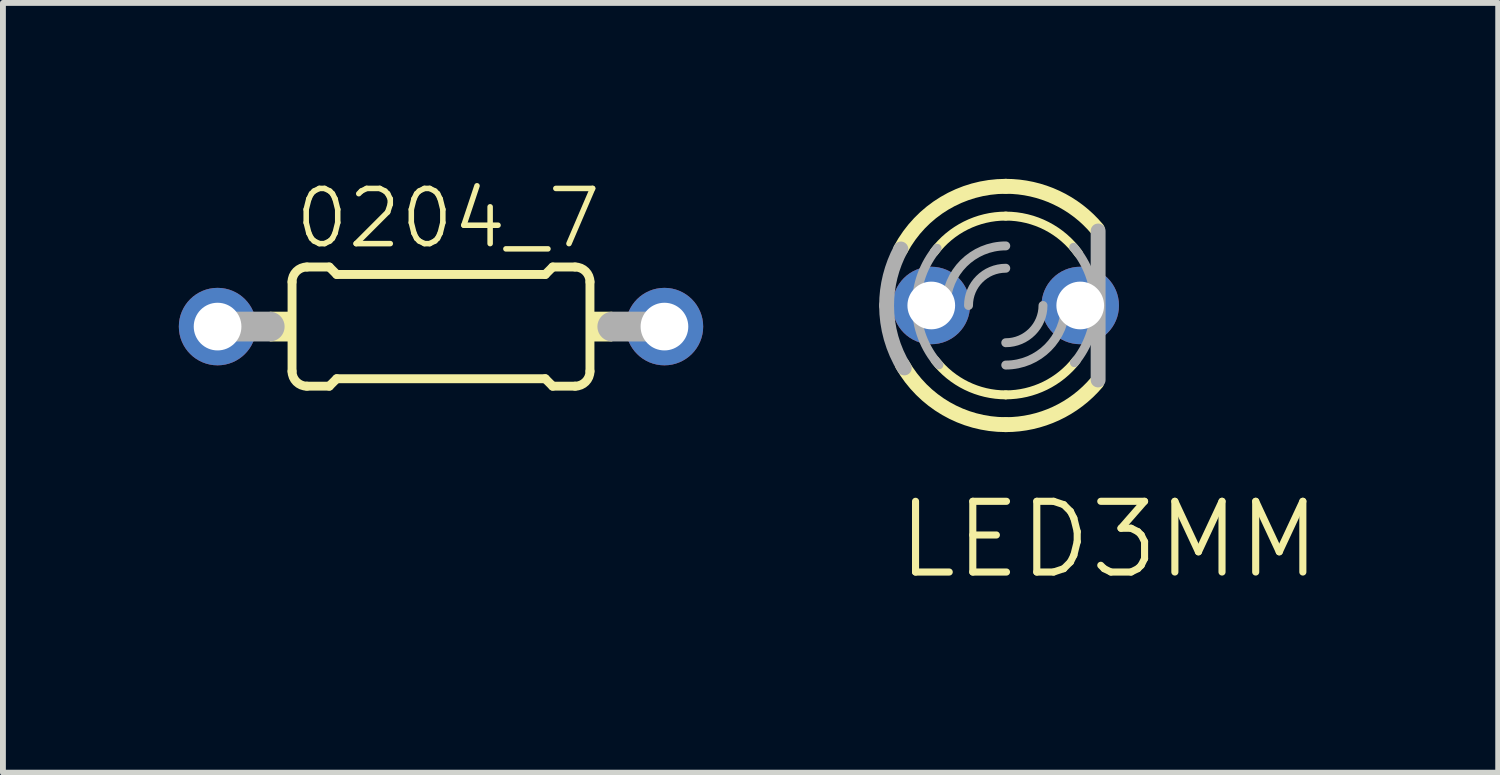
<source format=kicad_pcb>
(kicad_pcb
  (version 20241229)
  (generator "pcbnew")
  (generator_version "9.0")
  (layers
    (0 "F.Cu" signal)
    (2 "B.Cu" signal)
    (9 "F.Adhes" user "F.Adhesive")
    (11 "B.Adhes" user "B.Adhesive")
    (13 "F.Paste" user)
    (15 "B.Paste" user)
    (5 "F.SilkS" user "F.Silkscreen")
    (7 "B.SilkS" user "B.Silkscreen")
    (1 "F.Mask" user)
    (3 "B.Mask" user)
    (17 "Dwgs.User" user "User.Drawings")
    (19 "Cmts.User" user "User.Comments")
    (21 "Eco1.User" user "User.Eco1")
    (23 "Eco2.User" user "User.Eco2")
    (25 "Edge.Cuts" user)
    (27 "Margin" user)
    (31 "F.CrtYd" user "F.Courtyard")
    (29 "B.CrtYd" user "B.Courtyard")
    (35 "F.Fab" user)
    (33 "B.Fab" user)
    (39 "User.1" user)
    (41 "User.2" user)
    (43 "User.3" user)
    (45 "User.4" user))
  (footprint "LED3MM"
    (layer "F.Cu")
    (at 14.1 2.159)
    (property "Reference" "LED3MM" (at -1.905 4.699 0) (layer "F.SilkS") (effects (font (size 1.206 1.206) (thickness 0.121)) (justify left bottom)))
    (attr through_hole)
    (fp_arc (start -1.7929 -0.9562) (mid -1.045438 -1.7424) (end 0 -2.032) (stroke (width 0.254) (type solid)) (layer "F.SilkS"))
    (fp_arc (start -1.2192 -0.9144) (mid -0.681554 -1.363107) (end 0 -1.524) (stroke (width 0.1524) (type solid)) (layer "F.SilkS"))
    (fp_arc (start 0 -2.032) (mid 0.861864 -1.840173) (end 1.561 -1.3009) (stroke (width 0.254) (type solid)) (layer "F.SilkS"))
    (fp_arc (start 0 -1.524) (mid 0.697339 -1.355082) (end 1.2401 -0.885801) (stroke (width 0.1524) (type solid)) (layer "F.SilkS"))
    (fp_arc (start 0 1.524) (mid -0.669593 1.369018) (end -1.203 0.9356) (stroke (width 0.1524) (type solid)) (layer "F.SilkS"))
    (fp_arc (start 0 2.032) (mid -1.019924 1.757525) (end -1.7643 1.0082) (stroke (width 0.254) (type solid)) (layer "F.SilkS"))
    (fp_arc (start 1.203 0.9356) (mid 0.669593 1.369018) (end 0 1.524) (stroke (width 0.1524) (type solid)) (layer "F.SilkS"))
    (fp_arc (start 1.5512 1.3126) (mid 0.854953 1.843405) (end 0 2.032) (stroke (width 0.254) (type solid)) (layer "F.SilkS"))
    (fp_line (start 1.575 1.27) (end 1.575 -1.27) (stroke (width 0.254) (type solid)) (layer "F.Fab"))
    (fp_arc (start -2.032 0) (mid -1.970339 -0.496775) (end -1.7891 -0.9634) (stroke (width 0.254) (type solid)) (layer "F.Fab"))
    (fp_arc (start -1.7306 1.065) (mid -1.95521 0.553417) (end -2.032 0) (stroke (width 0.254) (type solid)) (layer "F.Fab"))
    (fp_arc (start -1.524 0) (mid -1.432981 -0.518783) (end -1.1708 -0.9756) (stroke (width 0.1524) (type solid)) (layer "F.Fab"))
    (fp_arc (start -1.1391 1.0125) (mid -1.42454 0.5416) (end -1.524 0) (stroke (width 0.1524) (type solid)) (layer "F.Fab"))
    (fp_arc (start -1.016 0) (mid -0.71842 -0.71842) (end 0 -1.016) (stroke (width 0.1524) (type solid)) (layer "F.Fab"))
    (fp_arc (start -0.635 0) (mid -0.449013 -0.449013) (end 0 -0.635) (stroke (width 0.1524) (type solid)) (layer "F.Fab"))
    (fp_arc (start 0.635 0) (mid 0.449013 0.449013) (end 0 0.635) (stroke (width 0.1524) (type solid)) (layer "F.Fab"))
    (fp_arc (start 1.016 0) (mid 0.71842 0.71842) (end 0 1.016) (stroke (width 0.1524) (type solid)) (layer "F.Fab"))
    (fp_arc (start 1.1571 -0.9918) (mid 1.429332 -0.528744) (end 1.524 0) (stroke (width 0.1524) (type solid)) (layer "F.Fab"))
    (fp_arc (start 1.524 0) (mid 1.432981 0.518783) (end 1.1708 0.9756) (stroke (width 0.1524) (type solid)) (layer "F.Fab"))
    (pad "A" thru_hole circle (at -1.27 0) (size 1.321 1.321) (drill 0.813) (layers "*.Cu" "*.Mask"))
    (pad "K" thru_hole circle (at 1.27 0) (size 1.321 1.321) (drill 0.813) (layers "*.Cu" "*.Mask")))
  (footprint "0204_7"
    (layer "F.Cu")
    (at 4.47 2.519)
    (property "Reference" "0204_7" (at -2.54 -1.295 0) (layer "F.SilkS") (effects (font (size 0.941 0.941) (thickness 0.094)) (justify left bottom)))
    (attr through_hole)
    (fp_line (start -2.54 0.762) (end -2.54 -0.762) (stroke (width 0.152) (type solid)) (layer "F.SilkS"))
    (fp_line (start -2.286 -1.016) (end -1.905 -1.016) (stroke (width 0.152) (type solid)) (layer "F.SilkS"))
    (fp_line (start -2.286 1.016) (end -1.905 1.016) (stroke (width 0.152) (type solid)) (layer "F.SilkS"))
    (fp_line (start -1.778 -0.889) (end -1.905 -1.016) (stroke (width 0.152) (type solid)) (layer "F.SilkS"))
    (fp_line (start -1.778 0.889) (end -1.905 1.016) (stroke (width 0.152) (type solid)) (layer "F.SilkS"))
    (fp_line (start 1.778 -0.889) (end -1.778 -0.889) (stroke (width 0.152) (type solid)) (layer "F.SilkS"))
    (fp_line (start 1.778 -0.889) (end 1.905 -1.016) (stroke (width 0.152) (type solid)) (layer "F.SilkS"))
    (fp_line (start 1.778 0.889) (end -1.778 0.889) (stroke (width 0.152) (type solid)) (layer "F.SilkS"))
    (fp_line (start 1.778 0.889) (end 1.905 1.016) (stroke (width 0.152) (type solid)) (layer "F.SilkS"))
    (fp_line (start 2.286 -1.016) (end 1.905 -1.016) (stroke (width 0.152) (type solid)) (layer "F.SilkS"))
    (fp_line (start 2.286 1.016) (end 1.905 1.016) (stroke (width 0.152) (type solid)) (layer "F.SilkS"))
    (fp_line (start 2.54 0.762) (end 2.54 -0.762) (stroke (width 0.152) (type solid)) (layer "F.SilkS"))
    (fp_arc (start -2.54 -0.762) (mid -2.465605 -0.941605) (end -2.286 -1.016) (stroke (width 0.1524) (type solid)) (layer "F.SilkS"))
    (fp_arc (start -2.286 1.016) (mid -2.465605 0.941605) (end -2.54 0.762) (stroke (width 0.1524) (type solid)) (layer "F.SilkS"))
    (fp_arc (start 2.286 -1.016) (mid 2.465605 -0.941605) (end 2.54 -0.762) (stroke (width 0.1524) (type solid)) (layer "F.SilkS"))
    (fp_arc (start 2.54 0.762) (mid 2.465605 0.941605) (end 2.286 1.016) (stroke (width 0.1524) (type solid)) (layer "F.SilkS"))
    (fp_poly (pts (xy -2.921 0.254) (xy -2.54 0.254) (xy -2.54 -0.254) (xy -2.921 -0.254)) (stroke (width 0) (type solid)) (fill yes) (layer "F.SilkS"))
    (fp_poly (pts (xy 2.54 0.254) (xy 2.921 0.254) (xy 2.921 -0.254) (xy 2.54 -0.254)) (stroke (width 0) (type solid)) (fill yes) (layer "F.SilkS"))
    (fp_line (start -3.81 0) (end -2.921 0) (stroke (width 0.508) (type solid)) (layer "F.Fab"))
    (fp_line (start 3.81 0) (end 2.921 0) (stroke (width 0.508) (type solid)) (layer "F.Fab"))
    (pad "1" thru_hole circle (at -3.81 0) (size 1.321 1.321) (drill 0.813) (layers "*.Cu" "*.Mask"))
    (pad "2" thru_hole circle (at 3.81 0) (size 1.321 1.321) (drill 0.813) (layers "*.Cu" "*.Mask")))
  (gr_rect
    (start -3 -3)
    (end 22.497 10.125)
    (stroke (width 0.1) (type default))
    (fill no)
    (layer "Edge.Cuts")))
</source>
